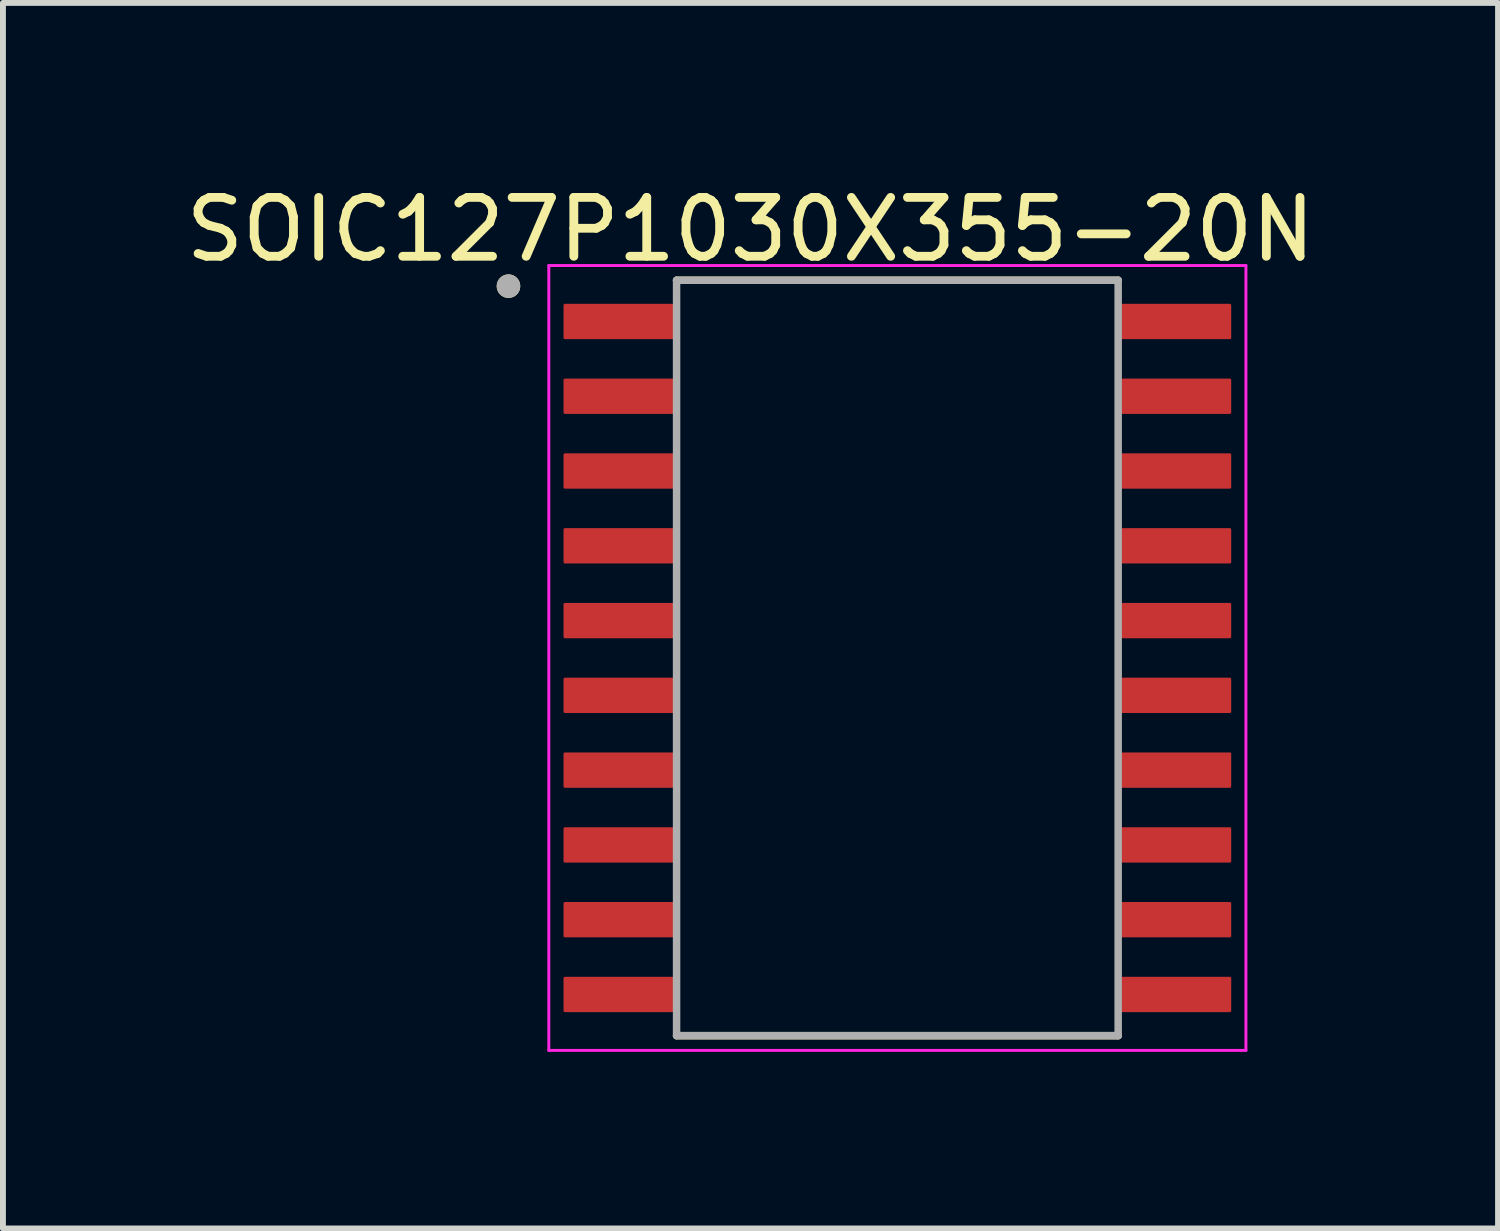
<source format=kicad_pcb>
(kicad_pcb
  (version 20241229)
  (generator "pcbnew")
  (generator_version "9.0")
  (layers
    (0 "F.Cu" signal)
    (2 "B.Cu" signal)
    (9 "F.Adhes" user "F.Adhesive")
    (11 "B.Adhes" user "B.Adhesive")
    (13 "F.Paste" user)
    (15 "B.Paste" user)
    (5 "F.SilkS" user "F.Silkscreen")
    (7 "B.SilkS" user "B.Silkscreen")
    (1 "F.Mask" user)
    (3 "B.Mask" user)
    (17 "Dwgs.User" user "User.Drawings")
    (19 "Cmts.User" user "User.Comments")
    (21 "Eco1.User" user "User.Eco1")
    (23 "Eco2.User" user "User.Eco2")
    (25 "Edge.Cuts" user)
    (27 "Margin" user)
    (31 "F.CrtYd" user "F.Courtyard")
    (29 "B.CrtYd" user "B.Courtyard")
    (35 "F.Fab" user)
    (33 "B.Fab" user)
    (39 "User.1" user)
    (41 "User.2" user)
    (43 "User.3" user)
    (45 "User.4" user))
  (footprint "SOIC127P1030X355-20N"
    (layer "F.Cu")
    (at 12.191 8.125)
    (property "Reference" "SOIC127P1030X355-20N" (at -2.495 -7.277 0) (layer "F.SilkS") (effects (font (size 1 1) (thickness 0.15))))
    (attr smd)
    (fp_line (start -3.75 -6.415) (end 3.75 -6.415) (stroke (width 0.127) (type solid)) (layer "F.SilkS"))
    (fp_line (start -3.75 6.415) (end 3.75 6.415) (stroke (width 0.127) (type solid)) (layer "F.SilkS"))
    (fp_circle (center -6.605 -6.315) (end -6.505 -6.315) (stroke (width 0.2) (type solid)) (fill no) (layer "F.SilkS"))
    (fp_line (start -5.92 -6.665) (end -5.92 6.665) (stroke (width 0.05) (type solid)) (layer "F.CrtYd"))
    (fp_line (start -5.92 -6.665) (end 5.92 -6.665) (stroke (width 0.05) (type solid)) (layer "F.CrtYd"))
    (fp_line (start -5.92 6.665) (end 5.92 6.665) (stroke (width 0.05) (type solid)) (layer "F.CrtYd"))
    (fp_line (start 5.92 -6.665) (end 5.92 6.665) (stroke (width 0.05) (type solid)) (layer "F.CrtYd"))
    (fp_line (start -3.75 -6.415) (end -3.75 6.415) (stroke (width 0.127) (type solid)) (layer "F.Fab"))
    (fp_line (start -3.75 -6.415) (end 3.75 -6.415) (stroke (width 0.127) (type solid)) (layer "F.Fab"))
    (fp_line (start -3.75 6.415) (end 3.75 6.415) (stroke (width 0.127) (type solid)) (layer "F.Fab"))
    (fp_line (start 3.75 -6.415) (end 3.75 6.415) (stroke (width 0.127) (type solid)) (layer "F.Fab"))
    (fp_circle (center -6.605 -6.315) (end -6.505 -6.315) (stroke (width 0.2) (type solid)) (fill no) (layer "F.Fab"))
    (pad "1" smd roundrect (at -4.735 -5.715) (size 1.87 0.6) (layers "F.Cu" "F.Mask" "F.Paste") (roundrect_rratio 0.04))
    (pad "2" smd roundrect (at -4.735 -4.445) (size 1.87 0.6) (layers "F.Cu" "F.Mask" "F.Paste") (roundrect_rratio 0.04))
    (pad "3" smd roundrect (at -4.735 -3.175) (size 1.87 0.6) (layers "F.Cu" "F.Mask" "F.Paste") (roundrect_rratio 0.04))
    (pad "4" smd roundrect (at -4.735 -1.905) (size 1.87 0.6) (layers "F.Cu" "F.Mask" "F.Paste") (roundrect_rratio 0.04))
    (pad "5" smd roundrect (at -4.735 -0.635) (size 1.87 0.6) (layers "F.Cu" "F.Mask" "F.Paste") (roundrect_rratio 0.04))
    (pad "6" smd roundrect (at -4.735 0.635) (size 1.87 0.6) (layers "F.Cu" "F.Mask" "F.Paste") (roundrect_rratio 0.04))
    (pad "7" smd roundrect (at -4.735 1.905) (size 1.87 0.6) (layers "F.Cu" "F.Mask" "F.Paste") (roundrect_rratio 0.04))
    (pad "8" smd roundrect (at -4.735 3.175) (size 1.87 0.6) (layers "F.Cu" "F.Mask" "F.Paste") (roundrect_rratio 0.04))
    (pad "9" smd roundrect (at -4.735 4.445) (size 1.87 0.6) (layers "F.Cu" "F.Mask" "F.Paste") (roundrect_rratio 0.04))
    (pad "10" smd roundrect (at -4.735 5.715) (size 1.87 0.6) (layers "F.Cu" "F.Mask" "F.Paste") (roundrect_rratio 0.04))
    (pad "11" smd roundrect (at 4.735 5.715) (size 1.87 0.6) (layers "F.Cu" "F.Mask" "F.Paste") (roundrect_rratio 0.04))
    (pad "12" smd roundrect (at 4.735 4.445) (size 1.87 0.6) (layers "F.Cu" "F.Mask" "F.Paste") (roundrect_rratio 0.04))
    (pad "13" smd roundrect (at 4.735 3.175) (size 1.87 0.6) (layers "F.Cu" "F.Mask" "F.Paste") (roundrect_rratio 0.04))
    (pad "14" smd roundrect (at 4.735 1.905) (size 1.87 0.6) (layers "F.Cu" "F.Mask" "F.Paste") (roundrect_rratio 0.04))
    (pad "15" smd roundrect (at 4.735 0.635) (size 1.87 0.6) (layers "F.Cu" "F.Mask" "F.Paste") (roundrect_rratio 0.04))
    (pad "16" smd roundrect (at 4.735 -0.635) (size 1.87 0.6) (layers "F.Cu" "F.Mask" "F.Paste") (roundrect_rratio 0.04))
    (pad "17" smd roundrect (at 4.735 -1.905) (size 1.87 0.6) (layers "F.Cu" "F.Mask" "F.Paste") (roundrect_rratio 0.04))
    (pad "18" smd roundrect (at 4.735 -3.175) (size 1.87 0.6) (layers "F.Cu" "F.Mask" "F.Paste") (roundrect_rratio 0.04))
    (pad "19" smd roundrect (at 4.735 -4.445) (size 1.87 0.6) (layers "F.Cu" "F.Mask" "F.Paste") (roundrect_rratio 0.04))
    (pad "20" smd roundrect (at 4.735 -5.715) (size 1.87 0.6) (layers "F.Cu" "F.Mask" "F.Paste") (roundrect_rratio 0.04)))
  (gr_rect
    (start -3 -3)
    (end 22.393 17.815)
    (stroke (width 0.1) (type default))
    (fill no)
    (layer "Edge.Cuts")))
</source>
